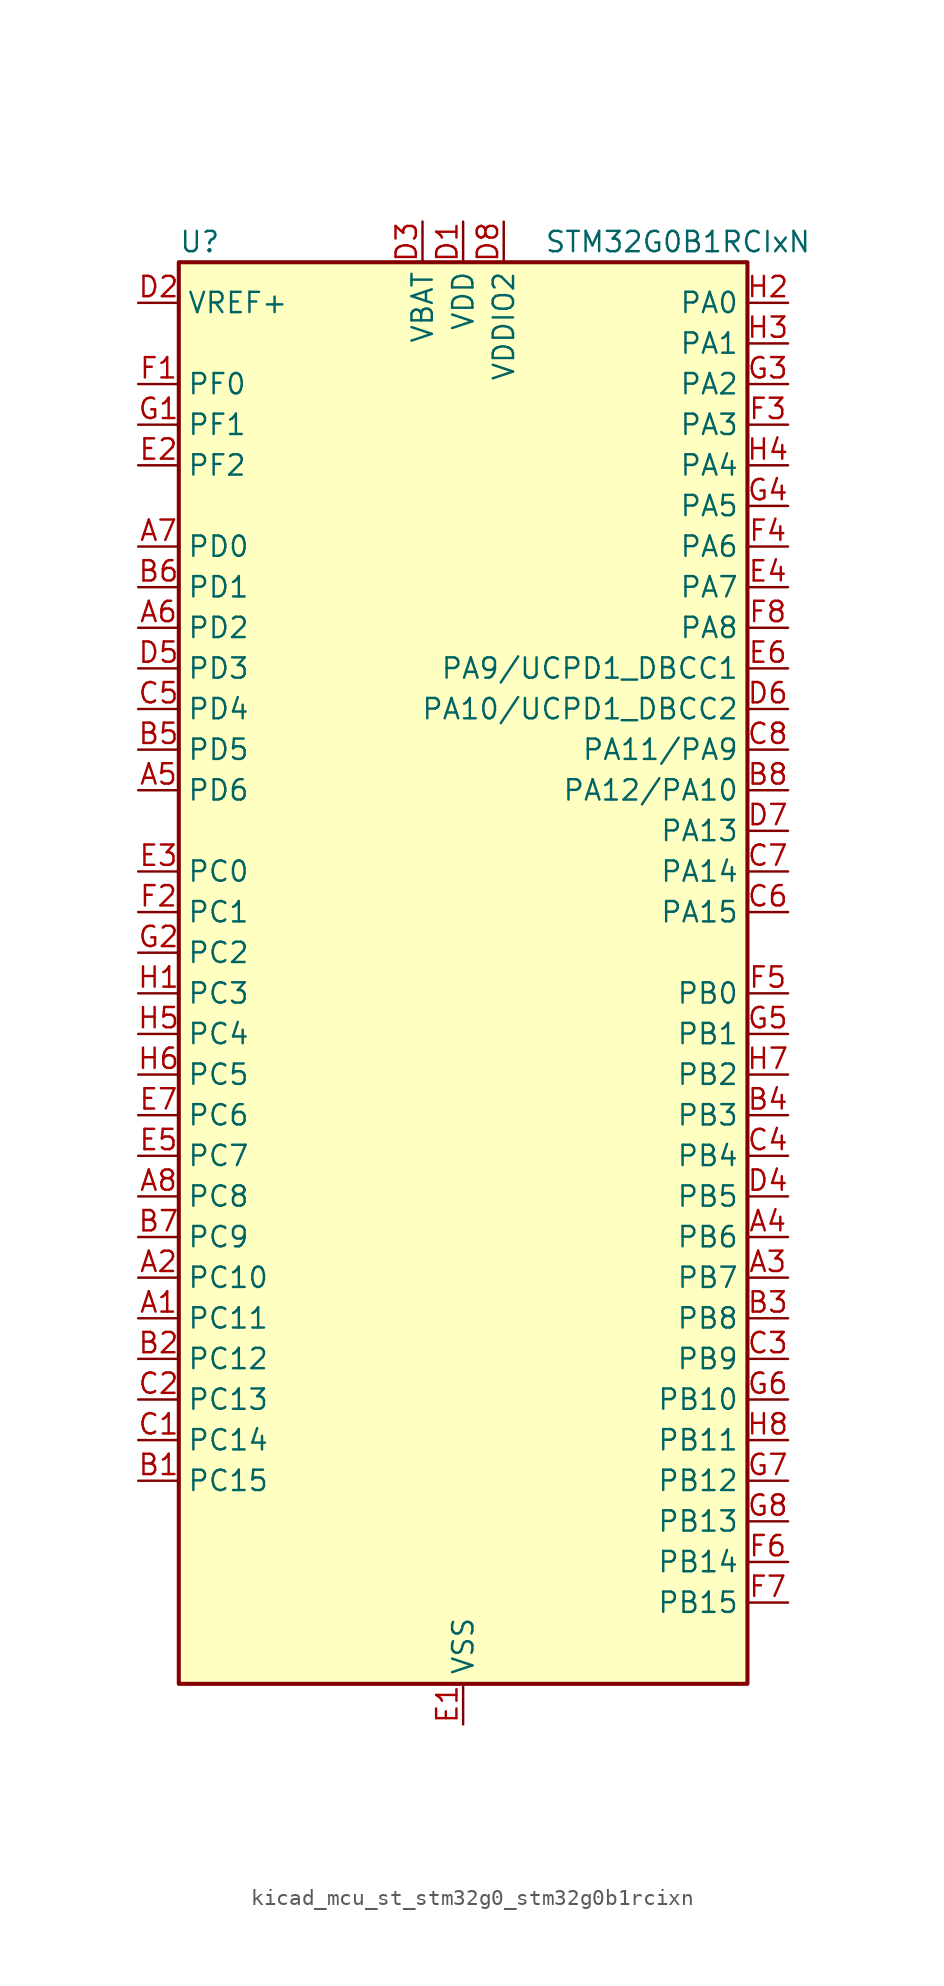
<source format=kicad_sym>
(kicad_symbol_lib
  (version 20220914)
  (generator kicad_symbol_editor)
  (symbol "kicad_mcu_st_stm32g0_stm32g0b1rcixn"
    (property "Reference" "U"
      (at -17.78 46.99 0)
      (effects (font (size 1.27 1.27)) (justify left)))
    (property "Value" "STM32G0B1RCIxN"
      (at 5.08 46.99 0)
      (effects (font (size 1.27 1.27)) (justify left)))
    (property "ki_locked" ""
      (at 0 0 0)
      (effects (font (size 1.27 1.27))))
    (symbol "kicad_mcu_st_stm32g0_stm32g0b1rcixn_0_1"
      (rectangle (start -17.78 -43.18) (end 17.78 45.72) (stroke (width 0.254) (type default)) (fill (type background))))
    (symbol "kicad_mcu_st_stm32g0_stm32g0b1rcixn_1_1"
      (pin bidirectional line (at -20.32 -20.32 0) (length 2.54) (name "PC11" (effects (font (size 1.27 1.27)))) (number "A1" (effects (font (size 1.27 1.27)))) (alternate "ADC1_EXTI11" bidirectional line) (alternate "SPI3_MISO" bidirectional line) (alternate "TIM1_CH4" bidirectional line) (alternate "USART3_RX" bidirectional line) (alternate "USART4_RX" bidirectional line))
      (pin bidirectional line (at -20.32 -17.78 0) (length 2.54) (name "PC10" (effects (font (size 1.27 1.27)))) (number "A2" (effects (font (size 1.27 1.27)))) (alternate "SPI3_SCK" bidirectional line) (alternate "TIM1_CH3" bidirectional line) (alternate "USART3_TX" bidirectional line) (alternate "USART4_TX" bidirectional line))
      (pin bidirectional line (at 20.32 -17.78 180) (length 2.54) (name "PB7" (effects (font (size 1.27 1.27)))) (number "A3" (effects (font (size 1.27 1.27)))) (alternate "COMP2_INM" bidirectional line) (alternate "I2C1_SDA" bidirectional line) (alternate "I2S2_SD" bidirectional line) (alternate "LPTIM1_IN2" bidirectional line) (alternate "LPUART2_RX" bidirectional line) (alternate "SPI2_MOSI" bidirectional line) (alternate "SYS_PVD_IN" bidirectional line) (alternate "TIM17_CH1N" bidirectional line) (alternate "TIM4_CH2" bidirectional line) (alternate "USART1_RX" bidirectional line) (alternate "USART4_CTS" bidirectional line) (alternate "USART4_NSS" bidirectional line))
      (pin bidirectional line (at 20.32 -15.24 180) (length 2.54) (name "PB6" (effects (font (size 1.27 1.27)))) (number "A4" (effects (font (size 1.27 1.27)))) (alternate "COMP2_INP" bidirectional line) (alternate "FDCAN2_TX" bidirectional line) (alternate "I2C1_SCL" bidirectional line) (alternate "I2S2_MCK" bidirectional line) (alternate "LPTIM1_ETR" bidirectional line) (alternate "LPUART2_TX" bidirectional line) (alternate "SPI2_MISO" bidirectional line) (alternate "TIM16_CH1N" bidirectional line) (alternate "TIM1_CH3" bidirectional line) (alternate "TIM4_CH1" bidirectional line) (alternate "USART1_TX" bidirectional line) (alternate "USART5_CTS" bidirectional line) (alternate "USART5_NSS" bidirectional line))
      (pin bidirectional line (at -20.32 12.7 0) (length 2.54) (name "PD6" (effects (font (size 1.27 1.27)))) (number "A5" (effects (font (size 1.27 1.27)))) (alternate "I2S1_SD" bidirectional line) (alternate "LPTIM2_OUT" bidirectional line) (alternate "SPI1_MOSI" bidirectional line) (alternate "USART2_RX" bidirectional line))
      (pin bidirectional line (at -20.32 22.86 0) (length 2.54) (name "PD2" (effects (font (size 1.27 1.27)))) (number "A6" (effects (font (size 1.27 1.27)))) (alternate "TIM1_CH1N" bidirectional line) (alternate "TIM3_ETR" bidirectional line) (alternate "UCPD2_CC2" bidirectional line) (alternate "USART3_CK" bidirectional line) (alternate "USART3_DE" bidirectional line) (alternate "USART3_RTS" bidirectional line) (alternate "USART5_RX" bidirectional line))
      (pin bidirectional line (at -20.32 27.94 0) (length 2.54) (name "PD0" (effects (font (size 1.27 1.27)))) (number "A7" (effects (font (size 1.27 1.27)))) (alternate "FDCAN1_RX" bidirectional line) (alternate "I2S2_WS" bidirectional line) (alternate "SPI2_NSS" bidirectional line) (alternate "TIM16_CH1" bidirectional line) (alternate "UCPD2_CC1" bidirectional line))
      (pin bidirectional line (at -20.32 -12.7 0) (length 2.54) (name "PC8" (effects (font (size 1.27 1.27)))) (number "A8" (effects (font (size 1.27 1.27)))) (alternate "LPUART2_CTS" bidirectional line) (alternate "TIM1_CH1" bidirectional line) (alternate "TIM3_CH3" bidirectional line) (alternate "UCPD2_FRSTX1" bidirectional line) (alternate "UCPD2_FRSTX2" bidirectional line))
      (pin bidirectional line (at -20.32 -30.48 0) (length 2.54) (name "PC15" (effects (font (size 1.27 1.27)))) (number "B1" (effects (font (size 1.27 1.27)))) (alternate "RCC_OSC32_EN" bidirectional line) (alternate "RCC_OSC32_OUT" bidirectional line) (alternate "RCC_OSC_EN" bidirectional line) (alternate "TIM15_BK" bidirectional line))
      (pin bidirectional line (at -20.32 -22.86 0) (length 2.54) (name "PC12" (effects (font (size 1.27 1.27)))) (number "B2" (effects (font (size 1.27 1.27)))) (alternate "LPTIM1_IN1" bidirectional line) (alternate "SPI3_MOSI" bidirectional line) (alternate "TIM14_CH1" bidirectional line) (alternate "UCPD1_FRSTX1" bidirectional line) (alternate "UCPD1_FRSTX2" bidirectional line) (alternate "USART5_TX" bidirectional line))
      (pin bidirectional line (at 20.32 -20.32 180) (length 2.54) (name "PB8" (effects (font (size 1.27 1.27)))) (number "B3" (effects (font (size 1.27 1.27)))) (alternate "CEC" bidirectional line) (alternate "FDCAN1_RX" bidirectional line) (alternate "I2C1_SCL" bidirectional line) (alternate "I2S2_CK" bidirectional line) (alternate "SPI2_SCK" bidirectional line) (alternate "TIM15_BK" bidirectional line) (alternate "TIM16_CH1" bidirectional line) (alternate "TIM4_CH3" bidirectional line) (alternate "USART3_TX" bidirectional line) (alternate "USART6_TX" bidirectional line))
      (pin bidirectional line (at 20.32 -7.62 180) (length 2.54) (name "PB3" (effects (font (size 1.27 1.27)))) (number "B4" (effects (font (size 1.27 1.27)))) (alternate "COMP2_INM" bidirectional line) (alternate "I2C2_SCL" bidirectional line) (alternate "I2C3_SCL" bidirectional line) (alternate "I2S1_CK" bidirectional line) (alternate "SPI1_SCK" bidirectional line) (alternate "SPI3_SCK" bidirectional line) (alternate "TIM1_CH2" bidirectional line) (alternate "TIM2_CH2" bidirectional line) (alternate "USART1_CK" bidirectional line) (alternate "USART1_DE" bidirectional line) (alternate "USART1_RTS" bidirectional line) (alternate "USART5_TX" bidirectional line))
      (pin bidirectional line (at -20.32 15.24 0) (length 2.54) (name "PD5" (effects (font (size 1.27 1.27)))) (number "B5" (effects (font (size 1.27 1.27)))) (alternate "I2S1_MCK" bidirectional line) (alternate "SPI1_MISO" bidirectional line) (alternate "TIM1_BK" bidirectional line) (alternate "USART2_TX" bidirectional line) (alternate "USART5_CTS" bidirectional line) (alternate "USART5_NSS" bidirectional line))
      (pin bidirectional line (at -20.32 25.4 0) (length 2.54) (name "PD1" (effects (font (size 1.27 1.27)))) (number "B6" (effects (font (size 1.27 1.27)))) (alternate "FDCAN1_TX" bidirectional line) (alternate "I2S2_CK" bidirectional line) (alternate "SPI2_SCK" bidirectional line) (alternate "TIM17_CH1" bidirectional line) (alternate "UCPD2_DBCC1" bidirectional line))
      (pin bidirectional line (at -20.32 -15.24 0) (length 2.54) (name "PC9" (effects (font (size 1.27 1.27)))) (number "B7" (effects (font (size 1.27 1.27)))) (alternate "DAC1_EXTI9" bidirectional line) (alternate "I2S_CKIN" bidirectional line) (alternate "LPUART2_DE" bidirectional line) (alternate "LPUART2_RTS" bidirectional line) (alternate "TIM1_CH2" bidirectional line) (alternate "TIM3_CH4" bidirectional line) (alternate "USB_NOE" bidirectional line))
      (pin bidirectional line (at 20.32 12.7 180) (length 2.54) (name "PA12/PA10" (effects (font (size 1.27 1.27)))) (number "B8" (effects (font (size 1.27 1.27)))) (alternate "COMP2_OUT" bidirectional line) (alternate "FDCAN1_TX" bidirectional line) (alternate "I2C2_SDA" bidirectional line) (alternate "I2S1_SD" bidirectional line) (alternate "I2S_CKIN" bidirectional line) (alternate "SPI1_MOSI" bidirectional line) (alternate "TIM1_ETR" bidirectional line) (alternate "USART1_CK" bidirectional line) (alternate "USART1_DE" bidirectional line) (alternate "USART1_RTS" bidirectional line) (alternate "USB_DP" bidirectional line))
      (pin bidirectional line (at -20.32 -27.94 0) (length 2.54) (name "PC14" (effects (font (size 1.27 1.27)))) (number "C1" (effects (font (size 1.27 1.27)))) (alternate "RCC_OSC32_IN" bidirectional line) (alternate "TIM1_BK2" bidirectional line))
      (pin bidirectional line (at -20.32 -25.4 0) (length 2.54) (name "PC13" (effects (font (size 1.27 1.27)))) (number "C2" (effects (font (size 1.27 1.27)))) (alternate "RTC_OUT1" bidirectional line) (alternate "RTC_TAMP_IN1" bidirectional line) (alternate "RTC_TS" bidirectional line) (alternate "SYS_WKUP2" bidirectional line) (alternate "TIM1_BK" bidirectional line))
      (pin bidirectional line (at 20.32 -22.86 180) (length 2.54) (name "PB9" (effects (font (size 1.27 1.27)))) (number "C3" (effects (font (size 1.27 1.27)))) (alternate "DAC1_EXTI9" bidirectional line) (alternate "FDCAN1_TX" bidirectional line) (alternate "I2C1_SDA" bidirectional line) (alternate "I2S2_WS" bidirectional line) (alternate "IR_OUT" bidirectional line) (alternate "SPI2_NSS" bidirectional line) (alternate "TIM17_CH1" bidirectional line) (alternate "TIM4_CH4" bidirectional line) (alternate "UCPD2_FRSTX1" bidirectional line) (alternate "UCPD2_FRSTX2" bidirectional line) (alternate "USART3_RX" bidirectional line) (alternate "USART6_RX" bidirectional line))
      (pin bidirectional line (at 20.32 -10.16 180) (length 2.54) (name "PB4" (effects (font (size 1.27 1.27)))) (number "C4" (effects (font (size 1.27 1.27)))) (alternate "COMP2_INP" bidirectional line) (alternate "I2C2_SDA" bidirectional line) (alternate "I2C3_SDA" bidirectional line) (alternate "I2S1_MCK" bidirectional line) (alternate "SPI1_MISO" bidirectional line) (alternate "SPI3_MISO" bidirectional line) (alternate "TIM17_BK" bidirectional line) (alternate "TIM3_CH1" bidirectional line) (alternate "USART1_CTS" bidirectional line) (alternate "USART1_NSS" bidirectional line) (alternate "USART5_RX" bidirectional line))
      (pin bidirectional line (at -20.32 17.78 0) (length 2.54) (name "PD4" (effects (font (size 1.27 1.27)))) (number "C5" (effects (font (size 1.27 1.27)))) (alternate "I2S2_SD" bidirectional line) (alternate "SPI2_MOSI" bidirectional line) (alternate "TIM1_CH3N" bidirectional line) (alternate "USART2_CK" bidirectional line) (alternate "USART2_DE" bidirectional line) (alternate "USART2_RTS" bidirectional line) (alternate "USART5_CK" bidirectional line) (alternate "USART5_DE" bidirectional line) (alternate "USART5_RTS" bidirectional line))
      (pin bidirectional line (at 20.32 5.08 180) (length 2.54) (name "PA15" (effects (font (size 1.27 1.27)))) (number "C6" (effects (font (size 1.27 1.27)))) (alternate "I2C2_SMBA" bidirectional line) (alternate "I2S1_WS" bidirectional line) (alternate "RCC_MCO_2" bidirectional line) (alternate "SPI1_NSS" bidirectional line) (alternate "SPI3_NSS" bidirectional line) (alternate "TIM2_CH1" bidirectional line) (alternate "TIM2_ETR" bidirectional line) (alternate "USART2_RX" bidirectional line) (alternate "USART3_CK" bidirectional line) (alternate "USART3_DE" bidirectional line) (alternate "USART3_RTS" bidirectional line) (alternate "USART4_CK" bidirectional line) (alternate "USART4_DE" bidirectional line) (alternate "USART4_RTS" bidirectional line) (alternate "USB_NOE" bidirectional line))
      (pin bidirectional line (at 20.32 7.62 180) (length 2.54) (name "PA14" (effects (font (size 1.27 1.27)))) (number "C7" (effects (font (size 1.27 1.27)))) (alternate "LPUART2_TX" bidirectional line) (alternate "SYS_SWCLK" bidirectional line) (alternate "USART2_TX" bidirectional line))
      (pin bidirectional line (at 20.32 15.24 180) (length 2.54) (name "PA11/PA9" (effects (font (size 1.27 1.27)))) (number "C8" (effects (font (size 1.27 1.27)))) (alternate "ADC1_EXTI11" bidirectional line) (alternate "COMP1_OUT" bidirectional line) (alternate "FDCAN1_RX" bidirectional line) (alternate "I2C2_SCL" bidirectional line) (alternate "I2S1_MCK" bidirectional line) (alternate "SPI1_MISO" bidirectional line) (alternate "TIM1_BK2" bidirectional line) (alternate "TIM1_CH4" bidirectional line) (alternate "USART1_CTS" bidirectional line) (alternate "USART1_NSS" bidirectional line) (alternate "USB_DM" bidirectional line))
      (pin power_in line (at 0 48.26 270) (length 2.54) (name "VDD" (effects (font (size 1.27 1.27)))) (number "D1" (effects (font (size 1.27 1.27)))))
      (pin input line (at -20.32 43.18 0) (length 2.54) (name "VREF+" (effects (font (size 1.27 1.27)))) (number "D2" (effects (font (size 1.27 1.27)))) (alternate "VREFBUF_OUT" bidirectional line))
      (pin power_in line (at -2.54 48.26 270) (length 2.54) (name "VBAT" (effects (font (size 1.27 1.27)))) (number "D3" (effects (font (size 1.27 1.27)))))
      (pin bidirectional line (at 20.32 -12.7 180) (length 2.54) (name "PB5" (effects (font (size 1.27 1.27)))) (number "D4" (effects (font (size 1.27 1.27)))) (alternate "COMP2_OUT" bidirectional line) (alternate "FDCAN2_RX" bidirectional line) (alternate "I2C1_SMBA" bidirectional line) (alternate "I2S1_SD" bidirectional line) (alternate "LPTIM1_IN1" bidirectional line) (alternate "SPI1_MOSI" bidirectional line) (alternate "SPI3_MOSI" bidirectional line) (alternate "SYS_WKUP6" bidirectional line) (alternate "TIM16_BK" bidirectional line) (alternate "TIM3_CH2" bidirectional line) (alternate "USART5_CK" bidirectional line) (alternate "USART5_DE" bidirectional line) (alternate "USART5_RTS" bidirectional line))
      (pin bidirectional line (at -20.32 20.32 0) (length 2.54) (name "PD3" (effects (font (size 1.27 1.27)))) (number "D5" (effects (font (size 1.27 1.27)))) (alternate "I2S2_MCK" bidirectional line) (alternate "SPI2_MISO" bidirectional line) (alternate "TIM1_CH2N" bidirectional line) (alternate "UCPD2_DBCC2" bidirectional line) (alternate "USART2_CTS" bidirectional line) (alternate "USART2_NSS" bidirectional line) (alternate "USART5_TX" bidirectional line))
      (pin bidirectional line (at 20.32 17.78 180) (length 2.54) (name "PA10/UCPD1_DBCC2" (effects (font (size 1.27 1.27)))) (number "D6" (effects (font (size 1.27 1.27)))) (alternate "I2C1_SDA" bidirectional line) (alternate "I2C2_SDA" bidirectional line) (alternate "I2S2_SD" bidirectional line) (alternate "RCC_MCO_2" bidirectional line) (alternate "SPI2_MOSI" bidirectional line) (alternate "TIM17_BK" bidirectional line) (alternate "TIM1_CH3" bidirectional line) (alternate "UCPD1_DBCC2" bidirectional line) (alternate "USART1_RX" bidirectional line))
      (pin bidirectional line (at 20.32 10.16 180) (length 2.54) (name "PA13" (effects (font (size 1.27 1.27)))) (number "D7" (effects (font (size 1.27 1.27)))) (alternate "IR_OUT" bidirectional line) (alternate "LPUART2_RX" bidirectional line) (alternate "SYS_SWDIO" bidirectional line) (alternate "USB_NOE" bidirectional line))
      (pin power_in line (at 2.54 48.26 270) (length 2.54) (name "VDDIO2" (effects (font (size 1.27 1.27)))) (number "D8" (effects (font (size 1.27 1.27)))))
      (pin power_in line (at 0 -45.72 90) (length 2.54) (name "VSS" (effects (font (size 1.27 1.27)))) (number "E1" (effects (font (size 1.27 1.27)))))
      (pin bidirectional line (at -20.32 33.02 0) (length 2.54) (name "PF2" (effects (font (size 1.27 1.27)))) (number "E2" (effects (font (size 1.27 1.27)))) (alternate "LPUART2_DE" bidirectional line) (alternate "LPUART2_RTS" bidirectional line) (alternate "LPUART2_TX" bidirectional line) (alternate "RCC_MCO" bidirectional line))
      (pin bidirectional line (at -20.32 7.62 0) (length 2.54) (name "PC0" (effects (font (size 1.27 1.27)))) (number "E3" (effects (font (size 1.27 1.27)))) (alternate "COMP3_INM" bidirectional line) (alternate "COMP3_OUT" bidirectional line) (alternate "I2C3_SCL" bidirectional line) (alternate "LPTIM1_IN1" bidirectional line) (alternate "LPTIM2_IN1" bidirectional line) (alternate "LPUART1_RX" bidirectional line) (alternate "LPUART2_TX" bidirectional line) (alternate "USART6_TX" bidirectional line))
      (pin bidirectional line (at 20.32 25.4 180) (length 2.54) (name "PA7" (effects (font (size 1.27 1.27)))) (number "E4" (effects (font (size 1.27 1.27)))) (alternate "ADC1_IN7" bidirectional line) (alternate "COMP2_OUT" bidirectional line) (alternate "I2C2_SCL" bidirectional line) (alternate "I2C3_SCL" bidirectional line) (alternate "I2S1_SD" bidirectional line) (alternate "SPI1_MOSI" bidirectional line) (alternate "TIM14_CH1" bidirectional line) (alternate "TIM17_CH1" bidirectional line) (alternate "TIM1_CH1N" bidirectional line) (alternate "TIM3_CH2" bidirectional line) (alternate "UCPD1_FRSTX1" bidirectional line) (alternate "UCPD1_FRSTX2" bidirectional line) (alternate "USART6_CK" bidirectional line) (alternate "USART6_DE" bidirectional line) (alternate "USART6_RTS" bidirectional line))
      (pin bidirectional line (at -20.32 -10.16 0) (length 2.54) (name "PC7" (effects (font (size 1.27 1.27)))) (number "E5" (effects (font (size 1.27 1.27)))) (alternate "LPUART2_RX" bidirectional line) (alternate "TIM2_CH4" bidirectional line) (alternate "TIM3_CH2" bidirectional line) (alternate "UCPD2_FRSTX1" bidirectional line) (alternate "UCPD2_FRSTX2" bidirectional line))
      (pin bidirectional line (at 20.32 20.32 180) (length 2.54) (name "PA9/UCPD1_DBCC1" (effects (font (size 1.27 1.27)))) (number "E6" (effects (font (size 1.27 1.27)))) (alternate "DAC1_EXTI9" bidirectional line) (alternate "I2C1_SCL" bidirectional line) (alternate "I2C2_SCL" bidirectional line) (alternate "I2S2_MCK" bidirectional line) (alternate "RCC_MCO" bidirectional line) (alternate "SPI2_MISO" bidirectional line) (alternate "TIM15_BK" bidirectional line) (alternate "TIM1_CH2" bidirectional line) (alternate "UCPD1_DBCC1" bidirectional line) (alternate "USART1_TX" bidirectional line))
      (pin bidirectional line (at -20.32 -7.62 0) (length 2.54) (name "PC6" (effects (font (size 1.27 1.27)))) (number "E7" (effects (font (size 1.27 1.27)))) (alternate "LPUART2_TX" bidirectional line) (alternate "TIM2_CH3" bidirectional line) (alternate "TIM3_CH1" bidirectional line) (alternate "UCPD1_FRSTX1" bidirectional line) (alternate "UCPD1_FRSTX2" bidirectional line))
      (pin passive line (at 0 -45.72 90) (length 2.54) hide (name "VSS" (effects (font (size 1.27 1.27)))) (number "E8" (effects (font (size 1.27 1.27)))))
      (pin bidirectional line (at -20.32 38.1 0) (length 2.54) (name "PF0" (effects (font (size 1.27 1.27)))) (number "F1" (effects (font (size 1.27 1.27)))) (alternate "CRS1_SYNC" bidirectional line) (alternate "RCC_OSC_IN" bidirectional line) (alternate "TIM14_CH1" bidirectional line))
      (pin bidirectional line (at -20.32 5.08 0) (length 2.54) (name "PC1" (effects (font (size 1.27 1.27)))) (number "F2" (effects (font (size 1.27 1.27)))) (alternate "COMP3_INP" bidirectional line) (alternate "I2C3_SDA" bidirectional line) (alternate "LPTIM1_OUT" bidirectional line) (alternate "LPUART1_TX" bidirectional line) (alternate "LPUART2_RX" bidirectional line) (alternate "TIM15_CH1" bidirectional line) (alternate "USART6_RX" bidirectional line))
      (pin bidirectional line (at 20.32 35.56 180) (length 2.54) (name "PA3" (effects (font (size 1.27 1.27)))) (number "F3" (effects (font (size 1.27 1.27)))) (alternate "ADC1_IN3" bidirectional line) (alternate "COMP2_INP" bidirectional line) (alternate "I2S2_MCK" bidirectional line) (alternate "LPUART1_RX" bidirectional line) (alternate "SPI2_MISO" bidirectional line) (alternate "TIM15_CH2" bidirectional line) (alternate "TIM2_CH4" bidirectional line) (alternate "UCPD2_FRSTX1" bidirectional line) (alternate "UCPD2_FRSTX2" bidirectional line) (alternate "USART2_RX" bidirectional line))
      (pin bidirectional line (at 20.32 27.94 180) (length 2.54) (name "PA6" (effects (font (size 1.27 1.27)))) (number "F4" (effects (font (size 1.27 1.27)))) (alternate "ADC1_IN6" bidirectional line) (alternate "COMP1_OUT" bidirectional line) (alternate "I2C2_SDA" bidirectional line) (alternate "I2C3_SDA" bidirectional line) (alternate "I2S1_MCK" bidirectional line) (alternate "LPUART1_CTS" bidirectional line) (alternate "SPI1_MISO" bidirectional line) (alternate "TIM16_CH1" bidirectional line) (alternate "TIM1_BK" bidirectional line) (alternate "TIM3_CH1" bidirectional line) (alternate "USART3_CTS" bidirectional line) (alternate "USART3_NSS" bidirectional line) (alternate "USART6_CTS" bidirectional line) (alternate "USART6_NSS" bidirectional line))
      (pin bidirectional line (at 20.32 0 180) (length 2.54) (name "PB0" (effects (font (size 1.27 1.27)))) (number "F5" (effects (font (size 1.27 1.27)))) (alternate "ADC1_IN8" bidirectional line) (alternate "COMP1_OUT" bidirectional line) (alternate "COMP3_INP" bidirectional line) (alternate "FDCAN2_RX" bidirectional line) (alternate "I2S1_WS" bidirectional line) (alternate "LPTIM1_OUT" bidirectional line) (alternate "LPUART2_CTS" bidirectional line) (alternate "SPI1_NSS" bidirectional line) (alternate "TIM1_CH2N" bidirectional line) (alternate "TIM3_CH3" bidirectional line) (alternate "UCPD1_FRSTX1" bidirectional line) (alternate "UCPD1_FRSTX2" bidirectional line) (alternate "USART3_RX" bidirectional line) (alternate "USART5_TX" bidirectional line))
      (pin bidirectional line (at 20.32 -35.56 180) (length 2.54) (name "PB14" (effects (font (size 1.27 1.27)))) (number "F6" (effects (font (size 1.27 1.27)))) (alternate "I2C2_SDA" bidirectional line) (alternate "I2S2_MCK" bidirectional line) (alternate "SPI2_MISO" bidirectional line) (alternate "TIM15_CH1" bidirectional line) (alternate "TIM1_CH2N" bidirectional line) (alternate "UCPD1_FRSTX1" bidirectional line) (alternate "UCPD1_FRSTX2" bidirectional line) (alternate "USART3_CK" bidirectional line) (alternate "USART3_DE" bidirectional line) (alternate "USART3_RTS" bidirectional line) (alternate "USART6_CK" bidirectional line) (alternate "USART6_DE" bidirectional line) (alternate "USART6_RTS" bidirectional line))
      (pin bidirectional line (at 20.32 -38.1 180) (length 2.54) (name "PB15" (effects (font (size 1.27 1.27)))) (number "F7" (effects (font (size 1.27 1.27)))) (alternate "I2S2_SD" bidirectional line) (alternate "RTC_REFIN" bidirectional line) (alternate "SPI2_MOSI" bidirectional line) (alternate "TIM15_CH1N" bidirectional line) (alternate "TIM15_CH2" bidirectional line) (alternate "TIM1_CH3N" bidirectional line) (alternate "UCPD1_CC2" bidirectional line) (alternate "USART6_CTS" bidirectional line) (alternate "USART6_NSS" bidirectional line))
      (pin bidirectional line (at 20.32 22.86 180) (length 2.54) (name "PA8" (effects (font (size 1.27 1.27)))) (number "F8" (effects (font (size 1.27 1.27)))) (alternate "CRS1_SYNC" bidirectional line) (alternate "I2C2_SMBA" bidirectional line) (alternate "I2S2_WS" bidirectional line) (alternate "LPTIM2_OUT" bidirectional line) (alternate "RCC_MCO" bidirectional line) (alternate "SPI2_NSS" bidirectional line) (alternate "TIM1_CH1" bidirectional line) (alternate "UCPD1_CC1" bidirectional line))
      (pin bidirectional line (at -20.32 35.56 0) (length 2.54) (name "PF1" (effects (font (size 1.27 1.27)))) (number "G1" (effects (font (size 1.27 1.27)))) (alternate "RCC_OSC_EN" bidirectional line) (alternate "RCC_OSC_OUT" bidirectional line) (alternate "TIM15_CH1N" bidirectional line))
      (pin bidirectional line (at -20.32 2.54 0) (length 2.54) (name "PC2" (effects (font (size 1.27 1.27)))) (number "G2" (effects (font (size 1.27 1.27)))) (alternate "COMP3_OUT" bidirectional line) (alternate "FDCAN2_RX" bidirectional line) (alternate "I2S2_MCK" bidirectional line) (alternate "LPTIM1_IN2" bidirectional line) (alternate "SPI2_MISO" bidirectional line) (alternate "TIM15_CH2" bidirectional line))
      (pin bidirectional line (at 20.32 38.1 180) (length 2.54) (name "PA2" (effects (font (size 1.27 1.27)))) (number "G3" (effects (font (size 1.27 1.27)))) (alternate "ADC1_IN2" bidirectional line) (alternate "COMP2_INM" bidirectional line) (alternate "COMP2_OUT" bidirectional line) (alternate "I2S1_SD" bidirectional line) (alternate "LPUART1_TX" bidirectional line) (alternate "RCC_LSCO" bidirectional line) (alternate "SPI1_MOSI" bidirectional line) (alternate "SYS_WKUP4" bidirectional line) (alternate "TIM15_CH1" bidirectional line) (alternate "TIM2_CH3" bidirectional line) (alternate "UCPD1_FRSTX1" bidirectional line) (alternate "UCPD1_FRSTX2" bidirectional line) (alternate "USART2_TX" bidirectional line))
      (pin bidirectional line (at 20.32 30.48 180) (length 2.54) (name "PA5" (effects (font (size 1.27 1.27)))) (number "G4" (effects (font (size 1.27 1.27)))) (alternate "ADC1_IN5" bidirectional line) (alternate "CEC" bidirectional line) (alternate "DAC1_OUT2" bidirectional line) (alternate "I2S1_CK" bidirectional line) (alternate "LPTIM2_ETR" bidirectional line) (alternate "SPI1_SCK" bidirectional line) (alternate "TIM2_CH1" bidirectional line) (alternate "TIM2_ETR" bidirectional line) (alternate "UCPD1_FRSTX1" bidirectional line) (alternate "UCPD1_FRSTX2" bidirectional line) (alternate "USART3_TX" bidirectional line) (alternate "USART6_RX" bidirectional line))
      (pin bidirectional line (at 20.32 -2.54 180) (length 2.54) (name "PB1" (effects (font (size 1.27 1.27)))) (number "G5" (effects (font (size 1.27 1.27)))) (alternate "ADC1_IN9" bidirectional line) (alternate "COMP1_INM" bidirectional line) (alternate "COMP3_OUT" bidirectional line) (alternate "FDCAN2_TX" bidirectional line) (alternate "LPTIM2_IN1" bidirectional line) (alternate "LPUART1_DE" bidirectional line) (alternate "LPUART1_RTS" bidirectional line) (alternate "LPUART2_DE" bidirectional line) (alternate "LPUART2_RTS" bidirectional line) (alternate "TIM14_CH1" bidirectional line) (alternate "TIM1_CH3N" bidirectional line) (alternate "TIM3_CH4" bidirectional line) (alternate "USART3_CK" bidirectional line) (alternate "USART3_DE" bidirectional line) (alternate "USART3_RTS" bidirectional line) (alternate "USART5_RX" bidirectional line))
      (pin bidirectional line (at 20.32 -25.4 180) (length 2.54) (name "PB10" (effects (font (size 1.27 1.27)))) (number "G6" (effects (font (size 1.27 1.27)))) (alternate "ADC1_IN11" bidirectional line) (alternate "CEC" bidirectional line) (alternate "COMP1_OUT" bidirectional line) (alternate "I2C2_SCL" bidirectional line) (alternate "I2S2_CK" bidirectional line) (alternate "LPUART1_RX" bidirectional line) (alternate "SPI2_SCK" bidirectional line) (alternate "TIM2_CH3" bidirectional line) (alternate "USART3_TX" bidirectional line))
      (pin bidirectional line (at 20.32 -30.48 180) (length 2.54) (name "PB12" (effects (font (size 1.27 1.27)))) (number "G7" (effects (font (size 1.27 1.27)))) (alternate "ADC1_IN16" bidirectional line) (alternate "FDCAN2_RX" bidirectional line) (alternate "I2C2_SMBA" bidirectional line) (alternate "I2S2_WS" bidirectional line) (alternate "LPUART1_DE" bidirectional line) (alternate "LPUART1_RTS" bidirectional line) (alternate "SPI2_NSS" bidirectional line) (alternate "TIM15_BK" bidirectional line) (alternate "TIM1_BK" bidirectional line) (alternate "UCPD2_FRSTX1" bidirectional line) (alternate "UCPD2_FRSTX2" bidirectional line))
      (pin bidirectional line (at 20.32 -33.02 180) (length 2.54) (name "PB13" (effects (font (size 1.27 1.27)))) (number "G8" (effects (font (size 1.27 1.27)))) (alternate "FDCAN2_TX" bidirectional line) (alternate "I2C2_SCL" bidirectional line) (alternate "I2S2_CK" bidirectional line) (alternate "LPUART1_CTS" bidirectional line) (alternate "SPI2_SCK" bidirectional line) (alternate "TIM15_CH1N" bidirectional line) (alternate "TIM1_CH1N" bidirectional line) (alternate "USART3_CTS" bidirectional line) (alternate "USART3_NSS" bidirectional line))
      (pin bidirectional line (at -20.32 0 0) (length 2.54) (name "PC3" (effects (font (size 1.27 1.27)))) (number "H1" (effects (font (size 1.27 1.27)))) (alternate "FDCAN2_TX" bidirectional line) (alternate "I2S2_SD" bidirectional line) (alternate "LPTIM1_ETR" bidirectional line) (alternate "LPTIM2_ETR" bidirectional line) (alternate "SPI2_MOSI" bidirectional line))
      (pin bidirectional line (at 20.32 43.18 180) (length 2.54) (name "PA0" (effects (font (size 1.27 1.27)))) (number "H2" (effects (font (size 1.27 1.27)))) (alternate "ADC1_IN0" bidirectional line) (alternate "COMP1_INM" bidirectional line) (alternate "COMP1_OUT" bidirectional line) (alternate "I2S2_CK" bidirectional line) (alternate "LPTIM1_OUT" bidirectional line) (alternate "RTC_TAMP_IN2" bidirectional line) (alternate "SPI2_SCK" bidirectional line) (alternate "SYS_WKUP1" bidirectional line) (alternate "TIM2_CH1" bidirectional line) (alternate "TIM2_ETR" bidirectional line) (alternate "UCPD2_FRSTX1" bidirectional line) (alternate "UCPD2_FRSTX2" bidirectional line) (alternate "USART2_CTS" bidirectional line) (alternate "USART2_NSS" bidirectional line) (alternate "USART4_TX" bidirectional line))
      (pin bidirectional line (at 20.32 40.64 180) (length 2.54) (name "PA1" (effects (font (size 1.27 1.27)))) (number "H3" (effects (font (size 1.27 1.27)))) (alternate "ADC1_IN1" bidirectional line) (alternate "COMP1_INP" bidirectional line) (alternate "I2C1_SMBA" bidirectional line) (alternate "I2S1_CK" bidirectional line) (alternate "SPI1_SCK" bidirectional line) (alternate "TIM15_CH1N" bidirectional line) (alternate "TIM2_CH2" bidirectional line) (alternate "USART2_CK" bidirectional line) (alternate "USART2_DE" bidirectional line) (alternate "USART2_RTS" bidirectional line) (alternate "USART4_RX" bidirectional line))
      (pin bidirectional line (at 20.32 33.02 180) (length 2.54) (name "PA4" (effects (font (size 1.27 1.27)))) (number "H4" (effects (font (size 1.27 1.27)))) (alternate "ADC1_IN4" bidirectional line) (alternate "DAC1_OUT1" bidirectional line) (alternate "I2S1_WS" bidirectional line) (alternate "I2S2_SD" bidirectional line) (alternate "LPTIM2_OUT" bidirectional line) (alternate "RTC_OUT2" bidirectional line) (alternate "SPI1_NSS" bidirectional line) (alternate "SPI2_MOSI" bidirectional line) (alternate "SPI3_NSS" bidirectional line) (alternate "TIM14_CH1" bidirectional line) (alternate "UCPD2_FRSTX1" bidirectional line) (alternate "UCPD2_FRSTX2" bidirectional line) (alternate "USART6_TX" bidirectional line) (alternate "USB_NOE" bidirectional line))
      (pin bidirectional line (at -20.32 -2.54 0) (length 2.54) (name "PC4" (effects (font (size 1.27 1.27)))) (number "H5" (effects (font (size 1.27 1.27)))) (alternate "ADC1_IN17" bidirectional line) (alternate "COMP1_INM" bidirectional line) (alternate "FDCAN1_RX" bidirectional line) (alternate "TIM2_CH1" bidirectional line) (alternate "TIM2_ETR" bidirectional line) (alternate "USART1_TX" bidirectional line) (alternate "USART3_TX" bidirectional line))
      (pin bidirectional line (at -20.32 -5.08 0) (length 2.54) (name "PC5" (effects (font (size 1.27 1.27)))) (number "H6" (effects (font (size 1.27 1.27)))) (alternate "ADC1_IN18" bidirectional line) (alternate "COMP1_INP" bidirectional line) (alternate "FDCAN1_TX" bidirectional line) (alternate "SYS_WKUP5" bidirectional line) (alternate "TIM2_CH2" bidirectional line) (alternate "USART1_RX" bidirectional line) (alternate "USART3_RX" bidirectional line))
      (pin bidirectional line (at 20.32 -5.08 180) (length 2.54) (name "PB2" (effects (font (size 1.27 1.27)))) (number "H7" (effects (font (size 1.27 1.27)))) (alternate "ADC1_IN10" bidirectional line) (alternate "COMP1_INP" bidirectional line) (alternate "COMP3_INM" bidirectional line) (alternate "I2S2_MCK" bidirectional line) (alternate "LPTIM1_OUT" bidirectional line) (alternate "RCC_MCO_2" bidirectional line) (alternate "SPI2_MISO" bidirectional line) (alternate "USART3_TX" bidirectional line))
      (pin bidirectional line (at 20.32 -27.94 180) (length 2.54) (name "PB11" (effects (font (size 1.27 1.27)))) (number "H8" (effects (font (size 1.27 1.27)))) (alternate "ADC1_EXTI11" bidirectional line) (alternate "ADC1_IN15" bidirectional line) (alternate "COMP2_OUT" bidirectional line) (alternate "I2C2_SDA" bidirectional line) (alternate "I2S2_SD" bidirectional line) (alternate "LPUART1_TX" bidirectional line) (alternate "SPI2_MOSI" bidirectional line) (alternate "TIM2_CH4" bidirectional line) (alternate "USART3_RX" bidirectional line)))))
</source>
